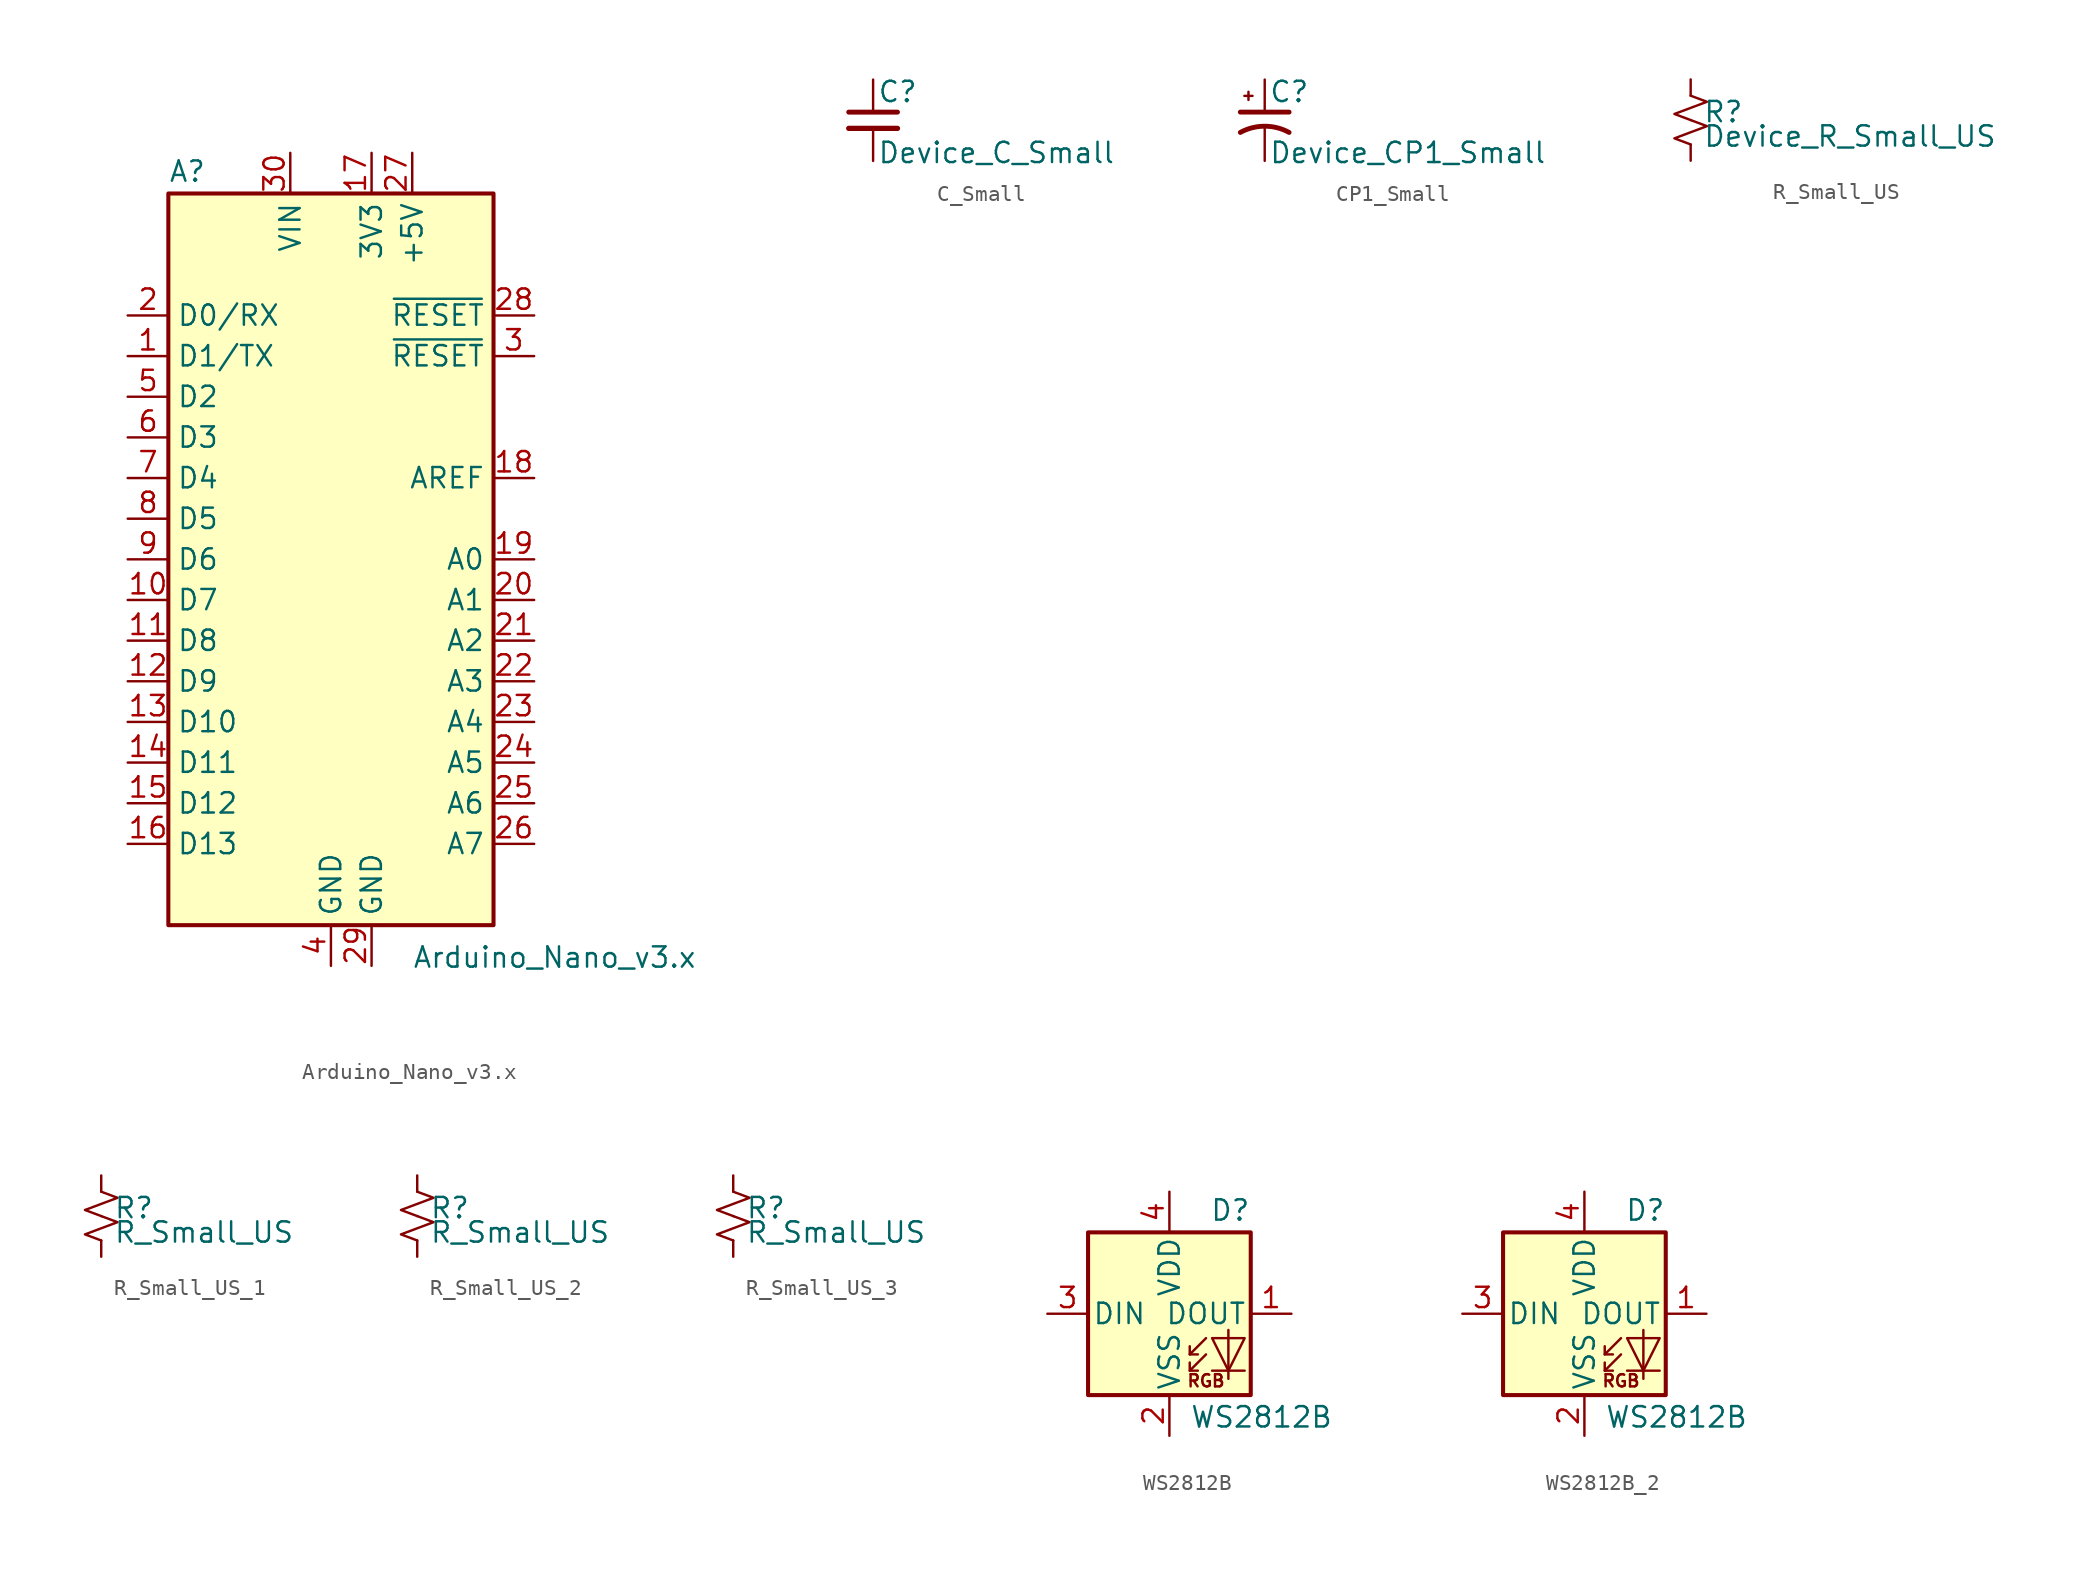
<source format=kicad_sym>
(kicad_symbol_lib
  (version 20220914)
  (generator kicad_symbol_editor)
  (symbol "Arduino_Nano_v3.x"
    (property "Reference" "A"
      (at -10.16 23.495 0)
      (effects (font (size 1.27 1.27)) (justify left bottom)))
    (property "Value" "Arduino_Nano_v3.x"
      (at 5.08 -24.13 0)
      (effects (font (size 1.27 1.27)) (justify left top)))
    (symbol "Arduino_Nano_v3.x_0_1"
      (rectangle (start -10.16 22.86) (end 10.16 -22.86) (stroke (width 0.254) (type default)) (fill (type background))))
    (symbol "Arduino_Nano_v3.x_1_1"
      (pin bidirectional line (at -12.7 12.7 0) (length 2.54) (name "D1/TX" (effects (font (size 1.27 1.27)))) (number "1" (effects (font (size 1.27 1.27)))))
      (pin bidirectional line (at -12.7 -2.54 0) (length 2.54) (name "D7" (effects (font (size 1.27 1.27)))) (number "10" (effects (font (size 1.27 1.27)))))
      (pin bidirectional line (at -12.7 -5.08 0) (length 2.54) (name "D8" (effects (font (size 1.27 1.27)))) (number "11" (effects (font (size 1.27 1.27)))))
      (pin bidirectional line (at -12.7 -7.62 0) (length 2.54) (name "D9" (effects (font (size 1.27 1.27)))) (number "12" (effects (font (size 1.27 1.27)))))
      (pin bidirectional line (at -12.7 -10.16 0) (length 2.54) (name "D10" (effects (font (size 1.27 1.27)))) (number "13" (effects (font (size 1.27 1.27)))))
      (pin bidirectional line (at -12.7 -12.7 0) (length 2.54) (name "D11" (effects (font (size 1.27 1.27)))) (number "14" (effects (font (size 1.27 1.27)))))
      (pin bidirectional line (at -12.7 -15.24 0) (length 2.54) (name "D12" (effects (font (size 1.27 1.27)))) (number "15" (effects (font (size 1.27 1.27)))))
      (pin bidirectional line (at -12.7 -17.78 0) (length 2.54) (name "D13" (effects (font (size 1.27 1.27)))) (number "16" (effects (font (size 1.27 1.27)))))
      (pin power_out line (at 2.54 25.4 270) (length 2.54) (name "3V3" (effects (font (size 1.27 1.27)))) (number "17" (effects (font (size 1.27 1.27)))))
      (pin input line (at 12.7 5.08 180) (length 2.54) (name "AREF" (effects (font (size 1.27 1.27)))) (number "18" (effects (font (size 1.27 1.27)))))
      (pin bidirectional line (at 12.7 0 180) (length 2.54) (name "A0" (effects (font (size 1.27 1.27)))) (number "19" (effects (font (size 1.27 1.27)))))
      (pin bidirectional line (at -12.7 15.24 0) (length 2.54) (name "D0/RX" (effects (font (size 1.27 1.27)))) (number "2" (effects (font (size 1.27 1.27)))))
      (pin bidirectional line (at 12.7 -2.54 180) (length 2.54) (name "A1" (effects (font (size 1.27 1.27)))) (number "20" (effects (font (size 1.27 1.27)))))
      (pin bidirectional line (at 12.7 -5.08 180) (length 2.54) (name "A2" (effects (font (size 1.27 1.27)))) (number "21" (effects (font (size 1.27 1.27)))))
      (pin bidirectional line (at 12.7 -7.62 180) (length 2.54) (name "A3" (effects (font (size 1.27 1.27)))) (number "22" (effects (font (size 1.27 1.27)))))
      (pin bidirectional line (at 12.7 -10.16 180) (length 2.54) (name "A4" (effects (font (size 1.27 1.27)))) (number "23" (effects (font (size 1.27 1.27)))))
      (pin bidirectional line (at 12.7 -12.7 180) (length 2.54) (name "A5" (effects (font (size 1.27 1.27)))) (number "24" (effects (font (size 1.27 1.27)))))
      (pin bidirectional line (at 12.7 -15.24 180) (length 2.54) (name "A6" (effects (font (size 1.27 1.27)))) (number "25" (effects (font (size 1.27 1.27)))))
      (pin bidirectional line (at 12.7 -17.78 180) (length 2.54) (name "A7" (effects (font (size 1.27 1.27)))) (number "26" (effects (font (size 1.27 1.27)))))
      (pin power_out line (at 5.08 25.4 270) (length 2.54) (name "+5V" (effects (font (size 1.27 1.27)))) (number "27" (effects (font (size 1.27 1.27)))))
      (pin input line (at 12.7 15.24 180) (length 2.54) (name "~{RESET}" (effects (font (size 1.27 1.27)))) (number "28" (effects (font (size 1.27 1.27)))))
      (pin power_in line (at 2.54 -25.4 90) (length 2.54) (name "GND" (effects (font (size 1.27 1.27)))) (number "29" (effects (font (size 1.27 1.27)))))
      (pin input line (at 12.7 12.7 180) (length 2.54) (name "~{RESET}" (effects (font (size 1.27 1.27)))) (number "3" (effects (font (size 1.27 1.27)))))
      (pin power_in line (at -2.54 25.4 270) (length 2.54) (name "VIN" (effects (font (size 1.27 1.27)))) (number "30" (effects (font (size 1.27 1.27)))))
      (pin power_in line (at 0 -25.4 90) (length 2.54) (name "GND" (effects (font (size 1.27 1.27)))) (number "4" (effects (font (size 1.27 1.27)))))
      (pin bidirectional line (at -12.7 10.16 0) (length 2.54) (name "D2" (effects (font (size 1.27 1.27)))) (number "5" (effects (font (size 1.27 1.27)))))
      (pin bidirectional line (at -12.7 7.62 0) (length 2.54) (name "D3" (effects (font (size 1.27 1.27)))) (number "6" (effects (font (size 1.27 1.27)))))
      (pin bidirectional line (at -12.7 5.08 0) (length 2.54) (name "D4" (effects (font (size 1.27 1.27)))) (number "7" (effects (font (size 1.27 1.27)))))
      (pin bidirectional line (at -12.7 2.54 0) (length 2.54) (name "D5" (effects (font (size 1.27 1.27)))) (number "8" (effects (font (size 1.27 1.27)))))
      (pin bidirectional line (at -12.7 0 0) (length 2.54) (name "D6" (effects (font (size 1.27 1.27)))) (number "9" (effects (font (size 1.27 1.27)))))))
  (symbol "C_Small"
    (pin_numbers hide)
    (pin_names
      (offset 0.254) hide)
    (property "Reference" "C"
      (at 0.254 1.778 0)
      (effects (font (size 1.27 1.27)) (justify left)))
    (property "Value" "Device_C_Small"
      (at 0.254 -2.032 0)
      (effects (font (size 1.27 1.27)) (justify left)))
    (symbol "C_Small_0_1"
      (polyline (pts (xy -1.524 -0.508) (xy 1.524 -0.508)) (stroke (width 0.33) (type default)) (fill (type none)))
      (polyline (pts (xy -1.524 0.508) (xy 1.524 0.508)) (stroke (width 0.305) (type default)) (fill (type none))))
    (symbol "C_Small_1_1"
      (pin passive line (at 0 2.54 270) (length 2.032) (name "~" (effects (font (size 1.27 1.27)))) (number "1" (effects (font (size 1.27 1.27)))))
      (pin passive line (at 0 -2.54 90) (length 2.032) (name "~" (effects (font (size 1.27 1.27)))) (number "2" (effects (font (size 1.27 1.27)))))))
  (symbol "CP1_Small"
    (pin_numbers hide)
    (pin_names
      (offset 0.254) hide)
    (property "Reference" "C"
      (at 0.254 1.778 0)
      (effects (font (size 1.27 1.27)) (justify left)))
    (property "Value" "Device_CP1_Small"
      (at 0.254 -2.032 0)
      (effects (font (size 1.27 1.27)) (justify left)))
    (symbol "CP1_Small_0_1"
      (polyline (pts (xy -1.524 0.508) (xy 1.524 0.508)) (stroke (width 0.305) (type default)) (fill (type none)))
      (polyline (pts (xy -1.27 1.524) (xy -0.762 1.524)) (stroke (width 0) (type default)) (fill (type none)))
      (polyline (pts (xy -1.016 1.27) (xy -1.016 1.778)) (stroke (width 0) (type default)) (fill (type none)))
      (arc (start 1.524 -0.762) (mid 0 -0.3734) (end -1.524 -0.762) (stroke (width 0.3048) (type default)) (fill (type none))))
    (symbol "CP1_Small_1_1"
      (pin passive line (at 0 2.54 270) (length 2.032) (name "~" (effects (font (size 1.27 1.27)))) (number "1" (effects (font (size 1.27 1.27)))))
      (pin passive line (at 0 -2.54 90) (length 2.032) (name "~" (effects (font (size 1.27 1.27)))) (number "2" (effects (font (size 1.27 1.27)))))))
  (symbol "R_Small_US"
    (pin_numbers hide)
    (pin_names
      (offset 0.254) hide)
    (property "Reference" "R"
      (at 0.762 0.508 0)
      (effects (font (size 1.27 1.27)) (justify left)))
    (property "Value" "Device_R_Small_US"
      (at 0.762 -1.016 0)
      (effects (font (size 1.27 1.27)) (justify left)))
    (symbol "R_Small_US_1_1"
      (polyline (pts (xy 0 0) (xy 1.016 -0.381) (xy 0 -0.762) (xy -1.016 -1.143) (xy 0 -1.524)) (stroke (width 0) (type default)) (fill (type none)))
      (polyline (pts (xy 0 1.524) (xy 1.016 1.143) (xy 0 0.762) (xy -1.016 0.381) (xy 0 0)) (stroke (width 0) (type default)) (fill (type none)))
      (pin passive line (at 0 2.54 270) (length 1.016) (name "~" (effects (font (size 1.27 1.27)))) (number "1" (effects (font (size 1.27 1.27)))))
      (pin passive line (at 0 -2.54 90) (length 1.016) (name "~" (effects (font (size 1.27 1.27)))) (number "2" (effects (font (size 1.27 1.27)))))))
  (symbol "R_Small_US_1"
    (pin_numbers hide)
    (pin_names
      (offset 0.254) hide)
    (property "Reference" "R"
      (at 0.762 0.508 0)
      (effects (font (size 1.27 1.27)) (justify left)))
    (property "Value" "R_Small_US"
      (at 0.762 -1.016 0)
      (effects (font (size 1.27 1.27)) (justify left)))
    (symbol "R_Small_US_1_1_1"
      (polyline (pts (xy 0 0) (xy 1.016 -0.381) (xy 0 -0.762) (xy -1.016 -1.143) (xy 0 -1.524)) (stroke (width 0) (type default)) (fill (type none)))
      (polyline (pts (xy 0 1.524) (xy 1.016 1.143) (xy 0 0.762) (xy -1.016 0.381) (xy 0 0)) (stroke (width 0) (type default)) (fill (type none)))
      (pin passive line (at 0 2.54 270) (length 1.016) (name "~" (effects (font (size 1.27 1.27)))) (number "1" (effects (font (size 1.27 1.27)))))
      (pin passive line (at 0 -2.54 90) (length 1.016) (name "~" (effects (font (size 1.27 1.27)))) (number "2" (effects (font (size 1.27 1.27)))))))
  (symbol "R_Small_US_2"
    (pin_numbers hide)
    (pin_names
      (offset 0.254) hide)
    (property "Reference" "R"
      (at 0.762 0.508 0)
      (effects (font (size 1.27 1.27)) (justify left)))
    (property "Value" "R_Small_US"
      (at 0.762 -1.016 0)
      (effects (font (size 1.27 1.27)) (justify left)))
    (symbol "R_Small_US_2_1_1"
      (polyline (pts (xy 0 0) (xy 1.016 -0.381) (xy 0 -0.762) (xy -1.016 -1.143) (xy 0 -1.524)) (stroke (width 0) (type default)) (fill (type none)))
      (polyline (pts (xy 0 1.524) (xy 1.016 1.143) (xy 0 0.762) (xy -1.016 0.381) (xy 0 0)) (stroke (width 0) (type default)) (fill (type none)))
      (pin passive line (at 0 2.54 270) (length 1.016) (name "~" (effects (font (size 1.27 1.27)))) (number "1" (effects (font (size 1.27 1.27)))))
      (pin passive line (at 0 -2.54 90) (length 1.016) (name "~" (effects (font (size 1.27 1.27)))) (number "2" (effects (font (size 1.27 1.27)))))))
  (symbol "R_Small_US_3"
    (pin_numbers hide)
    (pin_names
      (offset 0.254) hide)
    (property "Reference" "R"
      (at 0.762 0.508 0)
      (effects (font (size 1.27 1.27)) (justify left)))
    (property "Value" "R_Small_US"
      (at 0.762 -1.016 0)
      (effects (font (size 1.27 1.27)) (justify left)))
    (symbol "R_Small_US_3_1_1"
      (polyline (pts (xy 0 0) (xy 1.016 -0.381) (xy 0 -0.762) (xy -1.016 -1.143) (xy 0 -1.524)) (stroke (width 0) (type default)) (fill (type none)))
      (polyline (pts (xy 0 1.524) (xy 1.016 1.143) (xy 0 0.762) (xy -1.016 0.381) (xy 0 0)) (stroke (width 0) (type default)) (fill (type none)))
      (pin passive line (at 0 2.54 270) (length 1.016) (name "~" (effects (font (size 1.27 1.27)))) (number "1" (effects (font (size 1.27 1.27)))))
      (pin passive line (at 0 -2.54 90) (length 1.016) (name "~" (effects (font (size 1.27 1.27)))) (number "2" (effects (font (size 1.27 1.27)))))))
  (symbol "WS2812B"
    (pin_names
      (offset 0.254))
    (property "Reference" "D"
      (at 5.08 5.715 0)
      (effects (font (size 1.27 1.27)) (justify right bottom)))
    (property "Value" "WS2812B"
      (at 1.27 -5.715 0)
      (effects (font (size 1.27 1.27)) (justify left top)))
    (symbol "WS2812B_0_0"
      (text "RGB" (at 2.286 -4.191 0) (effects (font (size 0.762 0.762)))))
    (symbol "WS2812B_0_1"
      (polyline (pts (xy 1.27 -3.556) (xy 1.778 -3.556)) (stroke (width 0) (type default)) (fill (type none)))
      (polyline (pts (xy 1.27 -2.54) (xy 1.778 -2.54)) (stroke (width 0) (type default)) (fill (type none)))
      (polyline (pts (xy 4.699 -3.556) (xy 2.667 -3.556)) (stroke (width 0) (type default)) (fill (type none)))
      (polyline (pts (xy 2.286 -2.54) (xy 1.27 -3.556) (xy 1.27 -3.048)) (stroke (width 0) (type default)) (fill (type none)))
      (polyline (pts (xy 2.286 -1.524) (xy 1.27 -2.54) (xy 1.27 -2.032)) (stroke (width 0) (type default)) (fill (type none)))
      (polyline (pts (xy 3.683 -1.016) (xy 3.683 -3.556) (xy 3.683 -4.064)) (stroke (width 0) (type default)) (fill (type none)))
      (polyline (pts (xy 4.699 -1.524) (xy 2.667 -1.524) (xy 3.683 -3.556) (xy 4.699 -1.524)) (stroke (width 0) (type default)) (fill (type none)))
      (rectangle (start 5.08 5.08) (end -5.08 -5.08) (stroke (width 0.254) (type default)) (fill (type background))))
    (symbol "WS2812B_1_1"
      (pin output line (at 7.62 0 180) (length 2.54) (name "DOUT" (effects (font (size 1.27 1.27)))) (number "1" (effects (font (size 1.27 1.27)))))
      (pin power_in line (at 0 -7.62 90) (length 2.54) (name "VSS" (effects (font (size 1.27 1.27)))) (number "2" (effects (font (size 1.27 1.27)))))
      (pin input line (at -7.62 0 0) (length 2.54) (name "DIN" (effects (font (size 1.27 1.27)))) (number "3" (effects (font (size 1.27 1.27)))))
      (pin power_in line (at 0 7.62 270) (length 2.54) (name "VDD" (effects (font (size 1.27 1.27)))) (number "4" (effects (font (size 1.27 1.27)))))))
  (symbol "WS2812B_2"
    (pin_names
      (offset 0.254))
    (property "Reference" "D"
      (at 5.08 5.715 0)
      (effects (font (size 1.27 1.27)) (justify right bottom)))
    (property "Value" "WS2812B"
      (at 1.27 -5.715 0)
      (effects (font (size 1.27 1.27)) (justify left top)))
    (symbol "WS2812B_2_0_0"
      (text "RGB" (at 2.286 -4.191 0) (effects (font (size 0.762 0.762)))))
    (symbol "WS2812B_2_0_1"
      (polyline (pts (xy 1.27 -3.556) (xy 1.778 -3.556)) (stroke (width 0) (type default)) (fill (type none)))
      (polyline (pts (xy 1.27 -2.54) (xy 1.778 -2.54)) (stroke (width 0) (type default)) (fill (type none)))
      (polyline (pts (xy 4.699 -3.556) (xy 2.667 -3.556)) (stroke (width 0) (type default)) (fill (type none)))
      (polyline (pts (xy 2.286 -2.54) (xy 1.27 -3.556) (xy 1.27 -3.048)) (stroke (width 0) (type default)) (fill (type none)))
      (polyline (pts (xy 2.286 -1.524) (xy 1.27 -2.54) (xy 1.27 -2.032)) (stroke (width 0) (type default)) (fill (type none)))
      (polyline (pts (xy 3.683 -1.016) (xy 3.683 -3.556) (xy 3.683 -4.064)) (stroke (width 0) (type default)) (fill (type none)))
      (polyline (pts (xy 4.699 -1.524) (xy 2.667 -1.524) (xy 3.683 -3.556) (xy 4.699 -1.524)) (stroke (width 0) (type default)) (fill (type none)))
      (rectangle (start 5.08 5.08) (end -5.08 -5.08) (stroke (width 0.254) (type default)) (fill (type background))))
    (symbol "WS2812B_2_1_1"
      (pin output line (at 7.62 0 180) (length 2.54) (name "DOUT" (effects (font (size 1.27 1.27)))) (number "1" (effects (font (size 1.27 1.27)))))
      (pin power_in line (at 0 -7.62 90) (length 2.54) (name "VSS" (effects (font (size 1.27 1.27)))) (number "2" (effects (font (size 1.27 1.27)))))
      (pin input line (at -7.62 0 0) (length 2.54) (name "DIN" (effects (font (size 1.27 1.27)))) (number "3" (effects (font (size 1.27 1.27)))))
      (pin power_in line (at 0 7.62 270) (length 2.54) (name "VDD" (effects (font (size 1.27 1.27)))) (number "4" (effects (font (size 1.27 1.27))))))))
</source>
